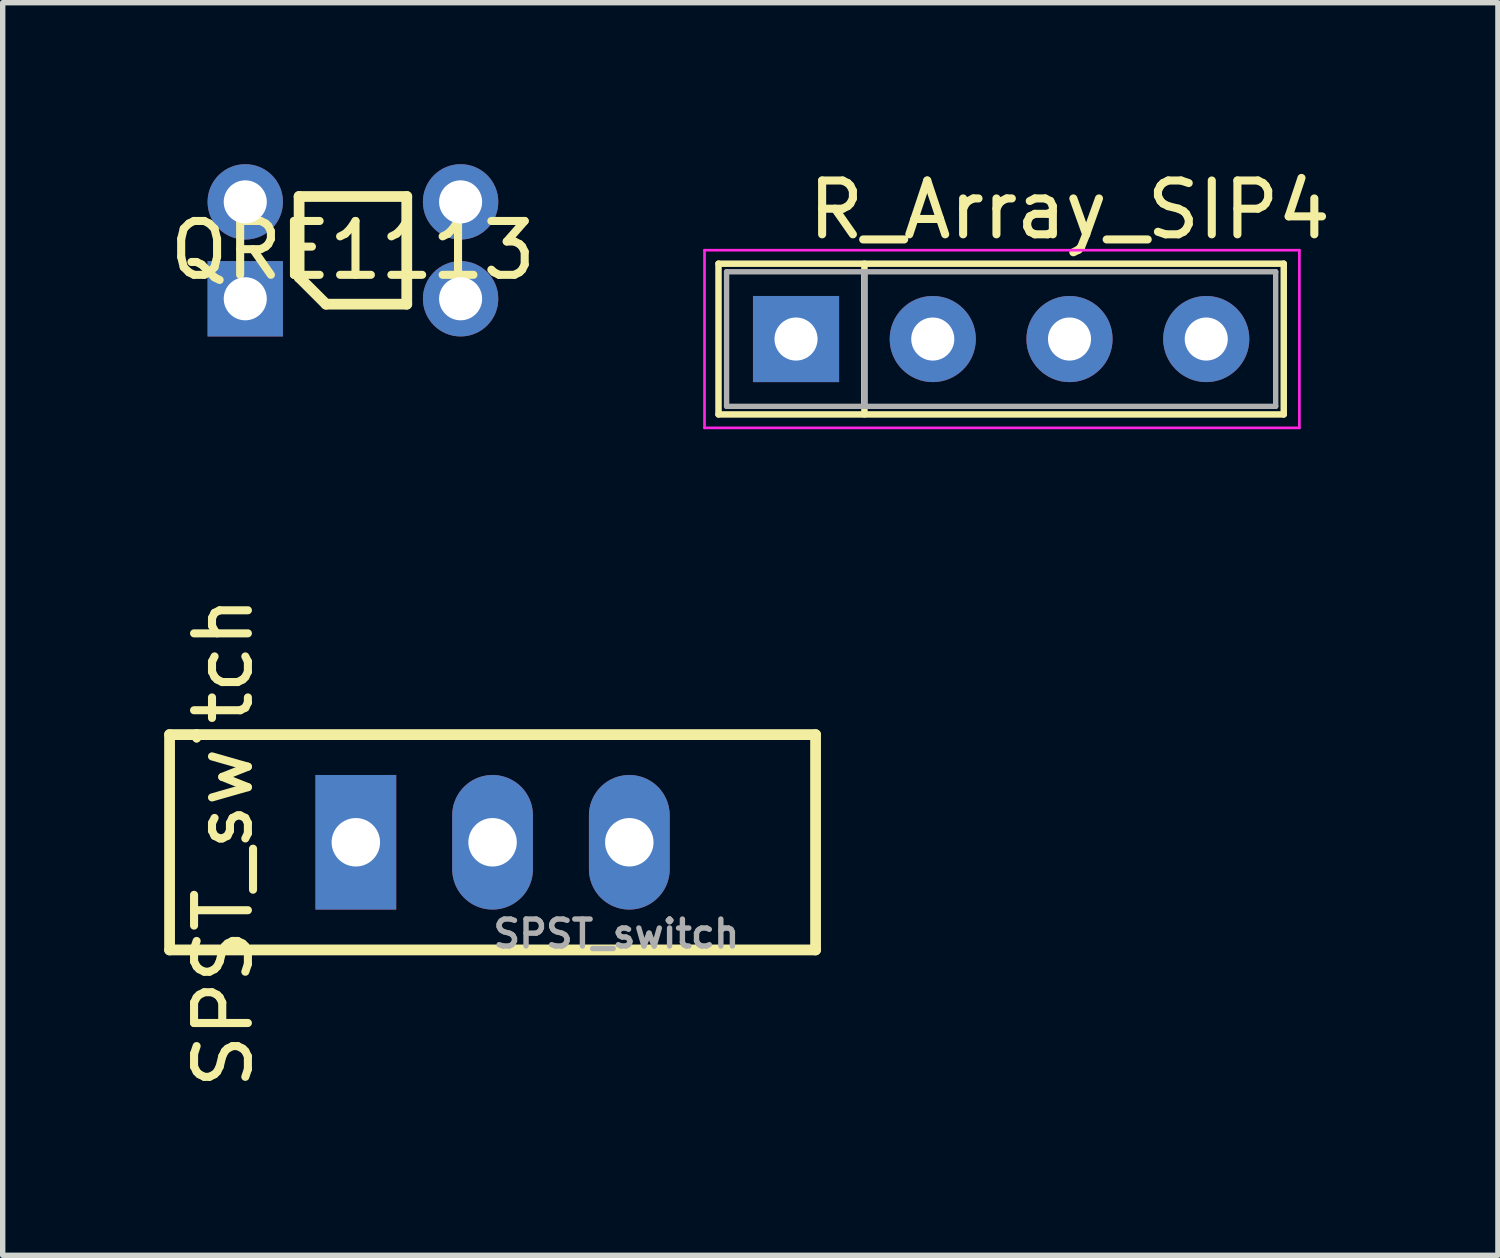
<source format=kicad_pcb>
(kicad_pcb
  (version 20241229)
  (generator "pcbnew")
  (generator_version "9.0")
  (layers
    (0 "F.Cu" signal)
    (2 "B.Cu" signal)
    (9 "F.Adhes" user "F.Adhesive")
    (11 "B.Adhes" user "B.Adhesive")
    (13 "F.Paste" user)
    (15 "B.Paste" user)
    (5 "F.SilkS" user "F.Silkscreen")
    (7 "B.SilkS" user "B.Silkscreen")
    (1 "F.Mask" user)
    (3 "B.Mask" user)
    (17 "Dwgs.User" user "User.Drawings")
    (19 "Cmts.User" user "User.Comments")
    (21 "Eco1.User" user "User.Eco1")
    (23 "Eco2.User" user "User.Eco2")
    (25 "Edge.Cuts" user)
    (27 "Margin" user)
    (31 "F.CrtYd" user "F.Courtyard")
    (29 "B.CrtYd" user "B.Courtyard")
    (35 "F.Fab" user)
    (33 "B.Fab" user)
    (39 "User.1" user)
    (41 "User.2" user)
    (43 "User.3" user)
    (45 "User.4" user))
  (footprint "SPST_switch"
    (layer "F.Cu")
    (at 6.1 12.596)
    (property "Reference" "SPST_switch" (at -5 0 90) (layer "F.SilkS") (effects (font (size 1 1) (thickness 0.15))))
    (attr through_hole)
    (fp_line (start -6 -2) (end -6 2) (stroke (width 0.2) (type solid)) (layer "F.SilkS"))
    (fp_line (start -6 2) (end 6 2) (stroke (width 0.2) (type solid)) (layer "F.SilkS"))
    (fp_line (start 6 -2) (end -6 -2) (stroke (width 0.2) (type solid)) (layer "F.SilkS"))
    (fp_line (start 6 2) (end 6 -2) (stroke (width 0.2) (type solid)) (layer "F.SilkS"))
    (fp_text user "${REFERENCE}" (at 2.3 1.7 0) (layer "F.Fab") (effects (font (size 0.5 0.5) (thickness 0.1))))
    (pad "1" thru_hole rect (at -2.54 0) (size 1.5 2.5) (drill 0.9) (layers "*.Cu" "*.Mask"))
    (pad "2" thru_hole oval (at 0 0) (size 1.5 2.5) (drill 0.9) (layers "*.Cu" "*.Mask"))
    (pad "3" thru_hole oval (at 2.54 0) (size 1.5 2.5) (drill 0.9) (layers "*.Cu" "*.Mask")))
  (footprint "QRE1113"
    (layer "F.Cu")
    (at 3.506 1.6)
    (property "Reference" "QRE1113" (at 0 0 0) (layer "F.SilkS") (effects (font (size 1 1) (thickness 0.15))))
    (attr through_hole)
    (fp_line (start -1 -1) (end 1 -1) (stroke (width 0.2) (type solid)) (layer "F.SilkS"))
    (fp_line (start -1 0.5) (end -1 -1) (stroke (width 0.2) (type solid)) (layer "F.SilkS"))
    (fp_line (start -0.5 1) (end -1 0.5) (stroke (width 0.2) (type solid)) (layer "F.SilkS"))
    (fp_line (start 1 -1) (end 1 1) (stroke (width 0.2) (type solid)) (layer "F.SilkS"))
    (fp_line (start 1 1) (end -0.5 1) (stroke (width 0.2) (type solid)) (layer "F.SilkS"))
    (pad "1" thru_hole rect (at -2 0.9) (size 1.4 1.4) (drill 0.8) (layers "*.Cu" "*.Mask"))
    (pad "2" thru_hole circle (at 2 0.9) (size 1.4 1.4) (drill 0.8) (layers "*.Cu" "*.Mask"))
    (pad "3" thru_hole circle (at 2 -0.9) (size 1.4 1.4) (drill 0.8) (layers "*.Cu" "*.Mask"))
    (pad "4" thru_hole circle (at -2 -0.9) (size 1.4 1.4) (drill 0.8) (layers "*.Cu" "*.Mask")))
  (footprint "R_Array_SIP4"
    (layer "F.Cu")
    (at 11.737 3.248)
    (property "Reference" "R_Array_SIP4" (at 5.08 -2.4 0) (layer "F.SilkS") (effects (font (size 1 1) (thickness 0.15))))
    (attr through_hole)
    (fp_line (start -1.44 -1.4) (end -1.44 1.4) (stroke (width 0.12) (type solid)) (layer "F.SilkS"))
    (fp_line (start -1.44 1.4) (end 9.06 1.4) (stroke (width 0.12) (type solid)) (layer "F.SilkS"))
    (fp_line (start 1.27 -1.4) (end 1.27 1.4) (stroke (width 0.12) (type solid)) (layer "F.SilkS"))
    (fp_line (start 9.06 -1.4) (end -1.44 -1.4) (stroke (width 0.12) (type solid)) (layer "F.SilkS"))
    (fp_line (start 9.06 1.4) (end 9.06 -1.4) (stroke (width 0.12) (type solid)) (layer "F.SilkS"))
    (fp_line (start -1.7 -1.65) (end -1.7 1.65) (stroke (width 0.05) (type solid)) (layer "F.CrtYd"))
    (fp_line (start -1.7 1.65) (end 9.35 1.65) (stroke (width 0.05) (type solid)) (layer "F.CrtYd"))
    (fp_line (start 9.35 -1.65) (end -1.7 -1.65) (stroke (width 0.05) (type solid)) (layer "F.CrtYd"))
    (fp_line (start 9.35 1.65) (end 9.35 -1.65) (stroke (width 0.05) (type solid)) (layer "F.CrtYd"))
    (fp_line (start -1.29 -1.25) (end -1.29 1.25) (stroke (width 0.1) (type solid)) (layer "F.Fab"))
    (fp_line (start -1.29 1.25) (end 8.91 1.25) (stroke (width 0.1) (type solid)) (layer "F.Fab"))
    (fp_line (start 1.27 -1.25) (end 1.27 1.25) (stroke (width 0.1) (type solid)) (layer "F.Fab"))
    (fp_line (start 8.91 -1.25) (end -1.29 -1.25) (stroke (width 0.1) (type solid)) (layer "F.Fab"))
    (fp_line (start 8.91 1.25) (end 8.91 -1.25) (stroke (width 0.1) (type solid)) (layer "F.Fab"))
    (pad "1" thru_hole rect (at 0 0) (size 1.6 1.6) (drill 0.8) (layers "*.Cu" "*.Mask"))
    (pad "2" thru_hole oval (at 2.54 0) (size 1.6 1.6) (drill 0.8) (layers "*.Cu" "*.Mask"))
    (pad "3" thru_hole oval (at 5.08 0) (size 1.6 1.6) (drill 0.8) (layers "*.Cu" "*.Mask"))
    (pad "4" thru_hole oval (at 7.62 0) (size 1.6 1.6) (drill 0.8) (layers "*.Cu" "*.Mask")))
  (gr_rect
    (start -3 -3)
    (end 24.775 20.268)
    (stroke (width 0.1) (type default))
    (fill no)
    (layer "Edge.Cuts")))
</source>
